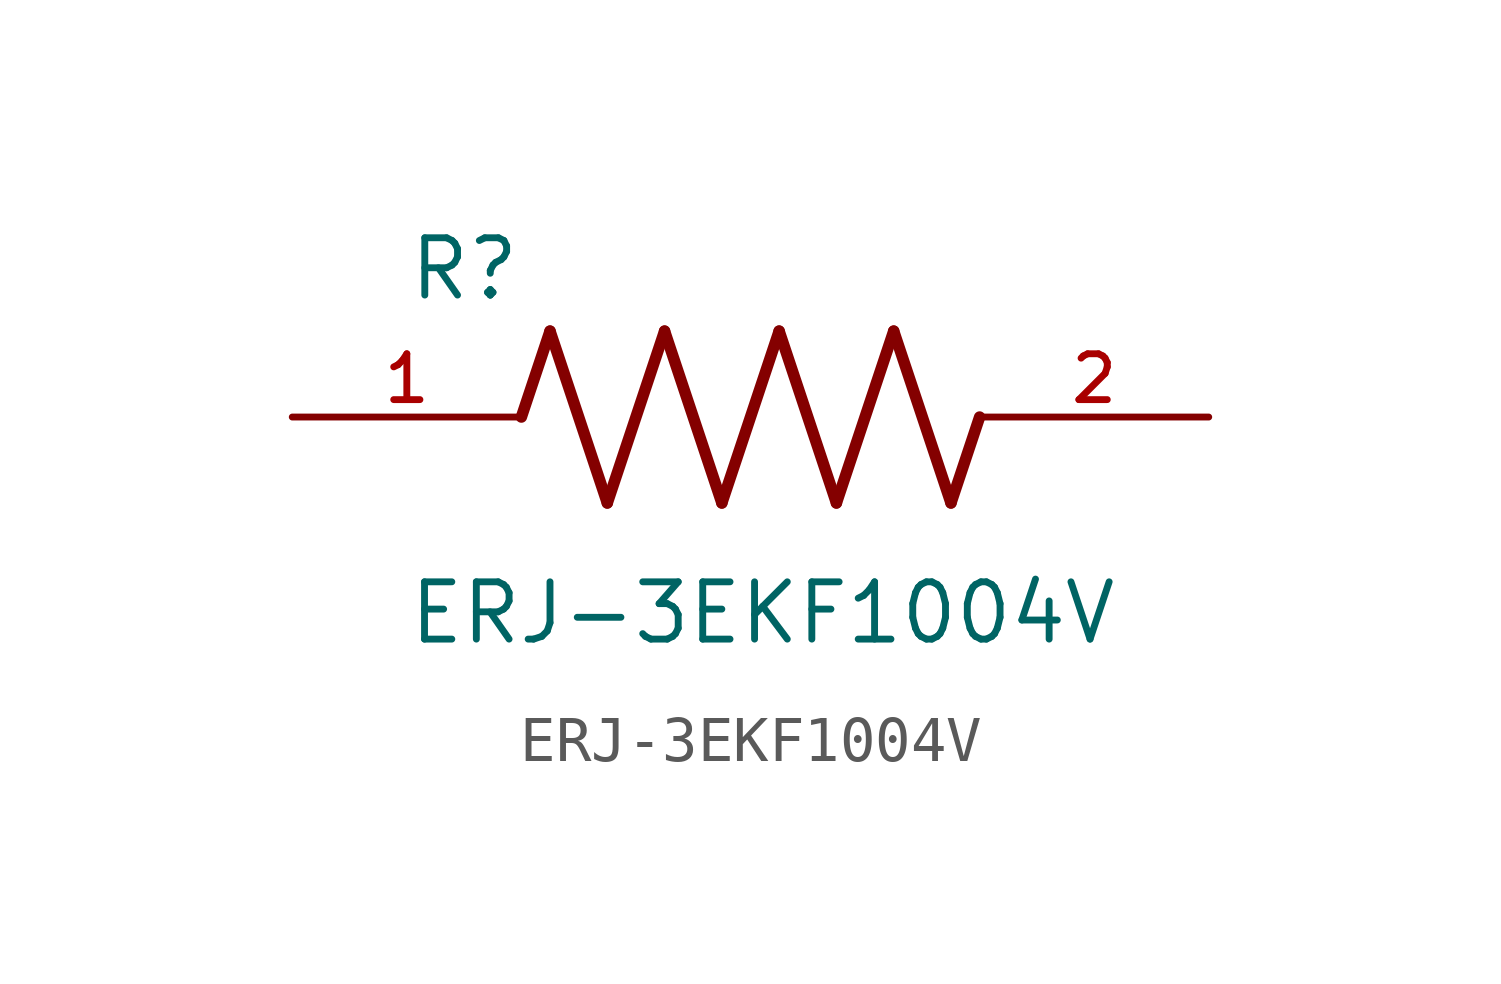
<source format=kicad_sym>
(kicad_symbol_lib
  (version 20211014)
  (generator kicad_symbol_editor)
  (symbol "ERJ-3EKF1004V"
    (pin_names
      (offset 1.016))
    (property "Reference" "R"
      (at -7.624 2.541 0)
      (effects (font (size 1.27 1.27)) (justify bottom left)))
    (property "Value" "ERJ-3EKF1004V"
      (at -7.63 -5.087 0)
      (effects (font (size 1.27 1.27)) (justify bottom left)))
    (symbol "ERJ-3EKF1004V_0_0"
      (polyline (pts (xy -5.08 0.0) (xy -4.445 1.905)) (stroke (width 0.254)))
      (polyline (pts (xy -4.445 1.905) (xy -3.175 -1.905)) (stroke (width 0.254)))
      (polyline (pts (xy -3.175 -1.905) (xy -1.905 1.905)) (stroke (width 0.254)))
      (polyline (pts (xy -1.905 1.905) (xy -0.635 -1.905)) (stroke (width 0.254)))
      (polyline (pts (xy -0.635 -1.905) (xy 0.635 1.905)) (stroke (width 0.254)))
      (polyline (pts (xy 0.635 1.905) (xy 1.905 -1.905)) (stroke (width 0.254)))
      (polyline (pts (xy 1.905 -1.905) (xy 3.175 1.905)) (stroke (width 0.254)))
      (polyline (pts (xy 3.175 1.905) (xy 4.445 -1.905)) (stroke (width 0.254)))
      (polyline (pts (xy 4.445 -1.905) (xy 5.08 0.0)) (stroke (width 0.254)))
      (pin passive line (at -10.16 0.0 0) (length 5.08) (name "~" (effects (font (size 1.016 1.016)))) (number "1" (effects (font (size 1.016 1.016)))))
      (pin passive line (at 10.16 0.0 180.0) (length 5.08) (name "~" (effects (font (size 1.016 1.016)))) (number "2" (effects (font (size 1.016 1.016))))))))
</source>
